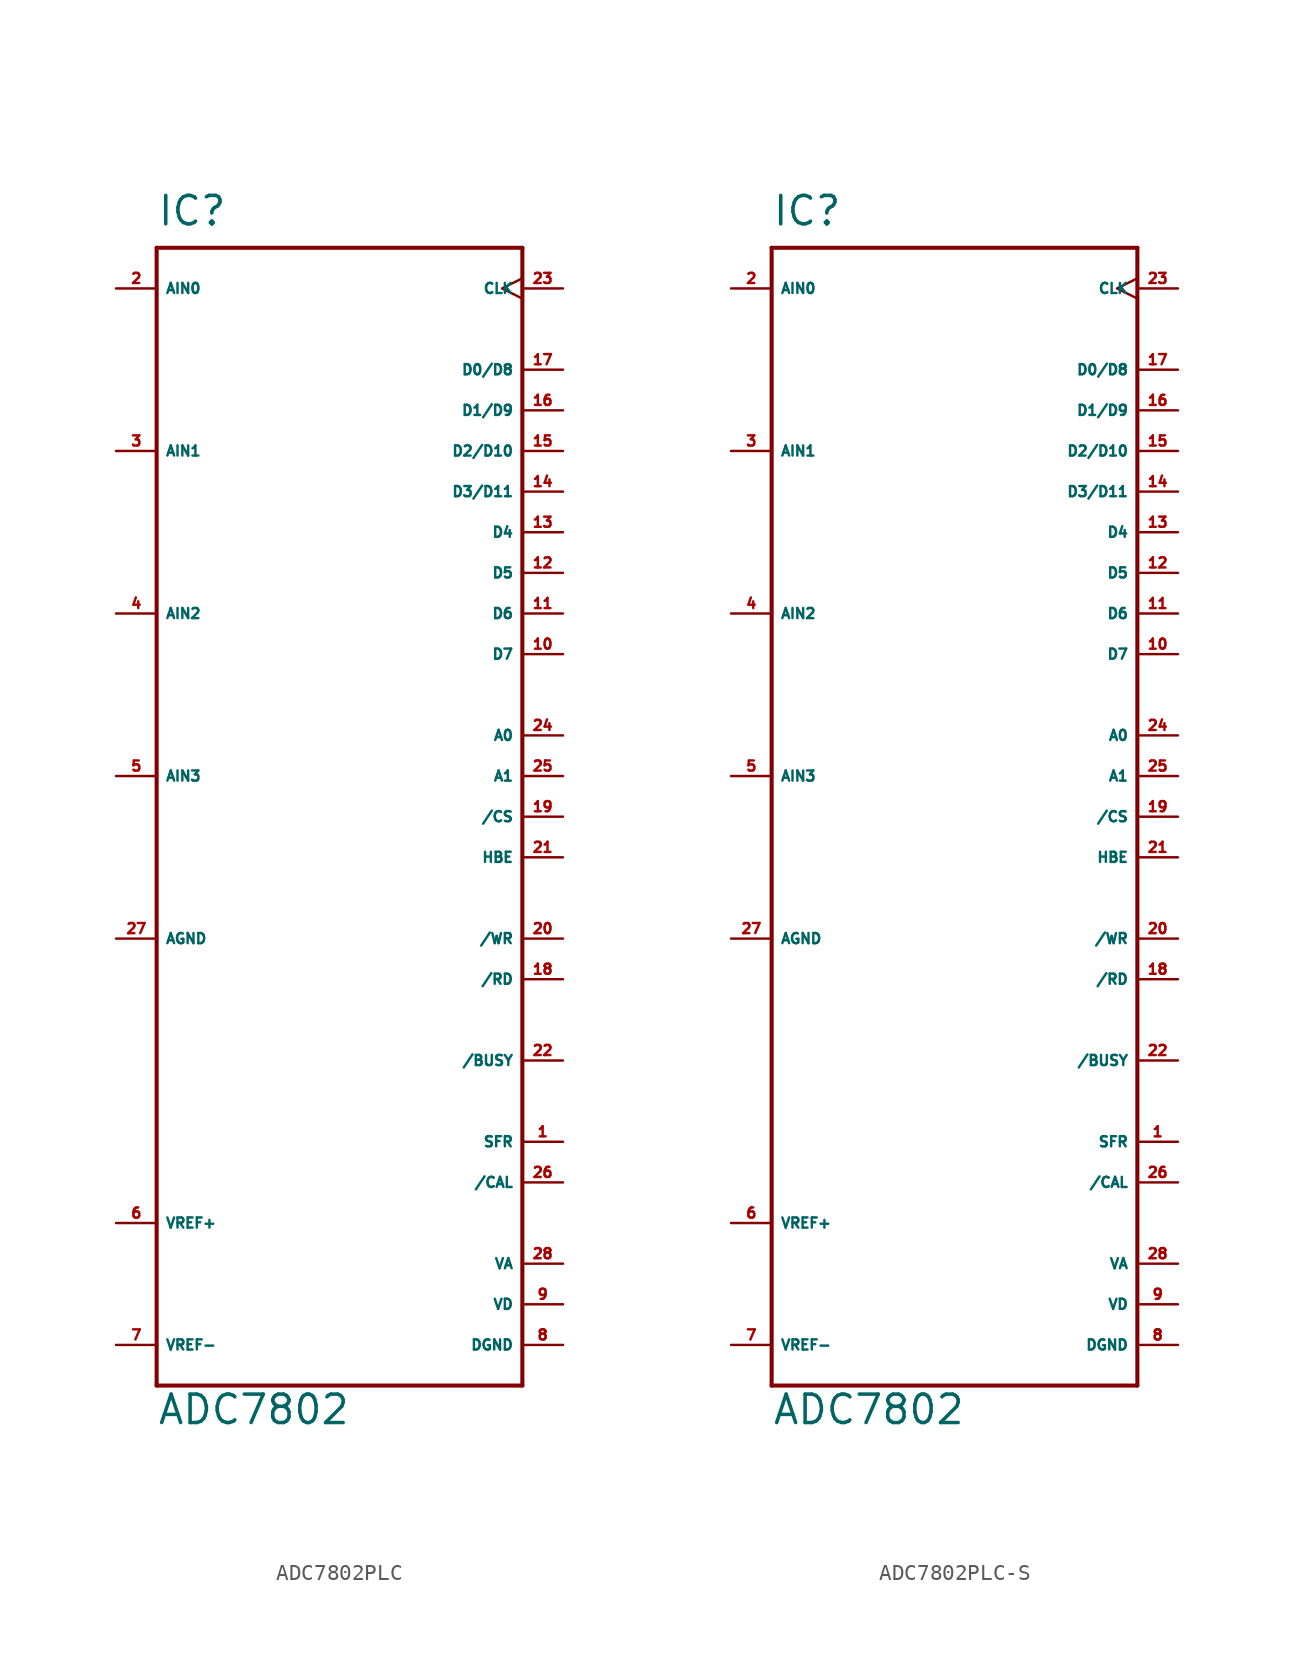
<source format=kicad_sym>
(kicad_symbol_lib
  (version 20220914)
  (generator Eagle2Kicad)
  (symbol "ADC7802PLC"
    (property "Reference" "IC"
      (at -12.7 34.29 0)
      (effects (font (size 1.778 1.778) (thickness 0.22)) (justify left bottom)))
    (property "Value" "ADC7802"
      (at -12.7 -40.64 0)
      (effects (font (size 1.778 1.778) (thickness 0.22)) (justify left bottom)))
    (polyline
      (pts (xy -12.7 -38.1) (xy 10.16 -38.1))
      (stroke (width 0.254) (type default))
      (fill (type none)))
    (polyline
      (pts (xy 10.16 33.02) (xy -12.7 33.02))
      (stroke (width 0.254) (type default))
      (fill (type none)))
    (polyline
      (pts (xy -12.7 33.02) (xy -12.7 -38.1))
      (stroke (width 0.254) (type default))
      (fill (type none)))
    (polyline
      (pts (xy 10.16 -38.1) (xy 10.16 33.02))
      (stroke (width 0.254) (type default))
      (fill (type none)))
    (pin passive line
      (at 12.7 -22.86 180)
      (length 2.54)
      (name "SFR" (effects (font (size 0.635 0.635) (thickness 0.08)) (justify left bottom)))
      (number "1" (effects (font (size 0.635 0.635) (thickness 0.08)) (justify left bottom))))
    (pin input line
      (at -15.24 30.48 0)
      (length 2.54)
      (name "AIN0" (effects (font (size 0.635 0.635) (thickness 0.08)) (justify left bottom)))
      (number "2" (effects (font (size 0.635 0.635) (thickness 0.08)) (justify left bottom))))
    (pin input line
      (at -15.24 20.32 0)
      (length 2.54)
      (name "AIN1" (effects (font (size 0.635 0.635) (thickness 0.08)) (justify left bottom)))
      (number "3" (effects (font (size 0.635 0.635) (thickness 0.08)) (justify left bottom))))
    (pin input line
      (at -15.24 10.16 0)
      (length 2.54)
      (name "AIN2" (effects (font (size 0.635 0.635) (thickness 0.08)) (justify left bottom)))
      (number "4" (effects (font (size 0.635 0.635) (thickness 0.08)) (justify left bottom))))
    (pin input line
      (at -15.24 0 0)
      (length 2.54)
      (name "AIN3" (effects (font (size 0.635 0.635) (thickness 0.08)) (justify left bottom)))
      (number "5" (effects (font (size 0.635 0.635) (thickness 0.08)) (justify left bottom))))
    (pin input line
      (at -15.24 -27.94 0)
      (length 2.54)
      (name "VREF+" (effects (font (size 0.635 0.635) (thickness 0.08)) (justify left bottom)))
      (number "6" (effects (font (size 0.635 0.635) (thickness 0.08)) (justify left bottom))))
    (pin input line
      (at -15.24 -35.56 0)
      (length 2.54)
      (name "VREF-" (effects (font (size 0.635 0.635) (thickness 0.08)) (justify left bottom)))
      (number "7" (effects (font (size 0.635 0.635) (thickness 0.08)) (justify left bottom))))
    (pin passive line
      (at 12.7 -35.56 180)
      (length 2.54)
      (name "DGND" (effects (font (size 0.635 0.635) (thickness 0.08)) (justify left bottom)))
      (number "8" (effects (font (size 0.635 0.635) (thickness 0.08)) (justify left bottom))))
    (pin passive line
      (at 12.7 -30.48 180)
      (length 2.54)
      (name "VA" (effects (font (size 0.635 0.635) (thickness 0.08)) (justify left bottom)))
      (number "28" (effects (font (size 0.635 0.635) (thickness 0.08)) (justify left bottom))))
    (pin tri_state line
      (at 12.7 7.62 180)
      (length 2.54)
      (name "D7" (effects (font (size 0.635 0.635) (thickness 0.08)) (justify left bottom)))
      (number "10" (effects (font (size 0.635 0.635) (thickness 0.08)) (justify left bottom))))
    (pin tri_state line
      (at 12.7 10.16 180)
      (length 2.54)
      (name "D6" (effects (font (size 0.635 0.635) (thickness 0.08)) (justify left bottom)))
      (number "11" (effects (font (size 0.635 0.635) (thickness 0.08)) (justify left bottom))))
    (pin tri_state line
      (at 12.7 12.7 180)
      (length 2.54)
      (name "D5" (effects (font (size 0.635 0.635) (thickness 0.08)) (justify left bottom)))
      (number "12" (effects (font (size 0.635 0.635) (thickness 0.08)) (justify left bottom))))
    (pin tri_state line
      (at 12.7 15.24 180)
      (length 2.54)
      (name "D4" (effects (font (size 0.635 0.635) (thickness 0.08)) (justify left bottom)))
      (number "13" (effects (font (size 0.635 0.635) (thickness 0.08)) (justify left bottom))))
    (pin tri_state line
      (at 12.7 17.78 180)
      (length 2.54)
      (name "D3/D11" (effects (font (size 0.635 0.635) (thickness 0.08)) (justify left bottom)))
      (number "14" (effects (font (size 0.635 0.635) (thickness 0.08)) (justify left bottom))))
    (pin tri_state line
      (at 12.7 20.32 180)
      (length 2.54)
      (name "D2/D10" (effects (font (size 0.635 0.635) (thickness 0.08)) (justify left bottom)))
      (number "15" (effects (font (size 0.635 0.635) (thickness 0.08)) (justify left bottom))))
    (pin tri_state line
      (at 12.7 22.86 180)
      (length 2.54)
      (name "D1/D9" (effects (font (size 0.635 0.635) (thickness 0.08)) (justify left bottom)))
      (number "16" (effects (font (size 0.635 0.635) (thickness 0.08)) (justify left bottom))))
    (pin tri_state line
      (at 12.7 25.4 180)
      (length 2.54)
      (name "D0/D8" (effects (font (size 0.635 0.635) (thickness 0.08)) (justify left bottom)))
      (number "17" (effects (font (size 0.635 0.635) (thickness 0.08)) (justify left bottom))))
    (pin input line
      (at 12.7 -12.7 180)
      (length 2.54)
      (name "/RD" (effects (font (size 0.635 0.635) (thickness 0.08)) (justify left bottom)))
      (number "18" (effects (font (size 0.635 0.635) (thickness 0.08)) (justify left bottom))))
    (pin input line
      (at 12.7 -2.54 180)
      (length 2.54)
      (name "/CS" (effects (font (size 0.635 0.635) (thickness 0.08)) (justify left bottom)))
      (number "19" (effects (font (size 0.635 0.635) (thickness 0.08)) (justify left bottom))))
    (pin input line
      (at 12.7 -10.16 180)
      (length 2.54)
      (name "/WR" (effects (font (size 0.635 0.635) (thickness 0.08)) (justify left bottom)))
      (number "20" (effects (font (size 0.635 0.635) (thickness 0.08)) (justify left bottom))))
    (pin input line
      (at 12.7 -5.08 180)
      (length 2.54)
      (name "HBE" (effects (font (size 0.635 0.635) (thickness 0.08)) (justify left bottom)))
      (number "21" (effects (font (size 0.635 0.635) (thickness 0.08)) (justify left bottom))))
    (pin output line
      (at 12.7 -17.78 180)
      (length 2.54)
      (name "/BUSY" (effects (font (size 0.635 0.635) (thickness 0.08)) (justify left bottom)))
      (number "22" (effects (font (size 0.635 0.635) (thickness 0.08)) (justify left bottom))))
    (pin input clock
      (at 12.7 30.48 180)
      (length 2.54)
      (name "CLK" (effects (font (size 0.635 0.635) (thickness 0.08)) (justify left bottom)))
      (number "23" (effects (font (size 0.635 0.635) (thickness 0.08)) (justify left bottom))))
    (pin input line
      (at 12.7 2.54 180)
      (length 2.54)
      (name "A0" (effects (font (size 0.635 0.635) (thickness 0.08)) (justify left bottom)))
      (number "24" (effects (font (size 0.635 0.635) (thickness 0.08)) (justify left bottom))))
    (pin input line
      (at 12.7 0 180)
      (length 2.54)
      (name "A1" (effects (font (size 0.635 0.635) (thickness 0.08)) (justify left bottom)))
      (number "25" (effects (font (size 0.635 0.635) (thickness 0.08)) (justify left bottom))))
    (pin input line
      (at 12.7 -25.4 180)
      (length 2.54)
      (name "/CAL" (effects (font (size 0.635 0.635) (thickness 0.08)) (justify left bottom)))
      (number "26" (effects (font (size 0.635 0.635) (thickness 0.08)) (justify left bottom))))
    (pin passive line
      (at -15.24 -10.16 0)
      (length 2.54)
      (name "AGND" (effects (font (size 0.635 0.635) (thickness 0.08)) (justify left bottom)))
      (number "27" (effects (font (size 0.635 0.635) (thickness 0.08)) (justify left bottom))))
    (pin passive line
      (at 12.7 -33.02 180)
      (length 2.54)
      (name "VD" (effects (font (size 0.635 0.635) (thickness 0.08)) (justify left bottom)))
      (number "9" (effects (font (size 0.635 0.635) (thickness 0.08)) (justify left bottom)))))
  (symbol "ADC7802PLC-S"
    (property "Reference" "IC"
      (at -12.7 34.29 0)
      (effects (font (size 1.778 1.778) (thickness 0.22)) (justify left bottom)))
    (property "Value" "ADC7802"
      (at -12.7 -40.64 0)
      (effects (font (size 1.778 1.778) (thickness 0.22)) (justify left bottom)))
    (polyline
      (pts (xy -12.7 -38.1) (xy 10.16 -38.1))
      (stroke (width 0.254) (type default))
      (fill (type none)))
    (polyline
      (pts (xy 10.16 33.02) (xy -12.7 33.02))
      (stroke (width 0.254) (type default))
      (fill (type none)))
    (polyline
      (pts (xy -12.7 33.02) (xy -12.7 -38.1))
      (stroke (width 0.254) (type default))
      (fill (type none)))
    (polyline
      (pts (xy 10.16 -38.1) (xy 10.16 33.02))
      (stroke (width 0.254) (type default))
      (fill (type none)))
    (pin passive line
      (at 12.7 -22.86 180)
      (length 2.54)
      (name "SFR" (effects (font (size 0.635 0.635) (thickness 0.08)) (justify left bottom)))
      (number "1" (effects (font (size 0.635 0.635) (thickness 0.08)) (justify left bottom))))
    (pin input line
      (at -15.24 30.48 0)
      (length 2.54)
      (name "AIN0" (effects (font (size 0.635 0.635) (thickness 0.08)) (justify left bottom)))
      (number "2" (effects (font (size 0.635 0.635) (thickness 0.08)) (justify left bottom))))
    (pin input line
      (at -15.24 20.32 0)
      (length 2.54)
      (name "AIN1" (effects (font (size 0.635 0.635) (thickness 0.08)) (justify left bottom)))
      (number "3" (effects (font (size 0.635 0.635) (thickness 0.08)) (justify left bottom))))
    (pin input line
      (at -15.24 10.16 0)
      (length 2.54)
      (name "AIN2" (effects (font (size 0.635 0.635) (thickness 0.08)) (justify left bottom)))
      (number "4" (effects (font (size 0.635 0.635) (thickness 0.08)) (justify left bottom))))
    (pin input line
      (at -15.24 0 0)
      (length 2.54)
      (name "AIN3" (effects (font (size 0.635 0.635) (thickness 0.08)) (justify left bottom)))
      (number "5" (effects (font (size 0.635 0.635) (thickness 0.08)) (justify left bottom))))
    (pin input line
      (at -15.24 -27.94 0)
      (length 2.54)
      (name "VREF+" (effects (font (size 0.635 0.635) (thickness 0.08)) (justify left bottom)))
      (number "6" (effects (font (size 0.635 0.635) (thickness 0.08)) (justify left bottom))))
    (pin input line
      (at -15.24 -35.56 0)
      (length 2.54)
      (name "VREF-" (effects (font (size 0.635 0.635) (thickness 0.08)) (justify left bottom)))
      (number "7" (effects (font (size 0.635 0.635) (thickness 0.08)) (justify left bottom))))
    (pin passive line
      (at 12.7 -35.56 180)
      (length 2.54)
      (name "DGND" (effects (font (size 0.635 0.635) (thickness 0.08)) (justify left bottom)))
      (number "8" (effects (font (size 0.635 0.635) (thickness 0.08)) (justify left bottom))))
    (pin passive line
      (at 12.7 -30.48 180)
      (length 2.54)
      (name "VA" (effects (font (size 0.635 0.635) (thickness 0.08)) (justify left bottom)))
      (number "28" (effects (font (size 0.635 0.635) (thickness 0.08)) (justify left bottom))))
    (pin tri_state line
      (at 12.7 7.62 180)
      (length 2.54)
      (name "D7" (effects (font (size 0.635 0.635) (thickness 0.08)) (justify left bottom)))
      (number "10" (effects (font (size 0.635 0.635) (thickness 0.08)) (justify left bottom))))
    (pin tri_state line
      (at 12.7 10.16 180)
      (length 2.54)
      (name "D6" (effects (font (size 0.635 0.635) (thickness 0.08)) (justify left bottom)))
      (number "11" (effects (font (size 0.635 0.635) (thickness 0.08)) (justify left bottom))))
    (pin tri_state line
      (at 12.7 12.7 180)
      (length 2.54)
      (name "D5" (effects (font (size 0.635 0.635) (thickness 0.08)) (justify left bottom)))
      (number "12" (effects (font (size 0.635 0.635) (thickness 0.08)) (justify left bottom))))
    (pin tri_state line
      (at 12.7 15.24 180)
      (length 2.54)
      (name "D4" (effects (font (size 0.635 0.635) (thickness 0.08)) (justify left bottom)))
      (number "13" (effects (font (size 0.635 0.635) (thickness 0.08)) (justify left bottom))))
    (pin tri_state line
      (at 12.7 17.78 180)
      (length 2.54)
      (name "D3/D11" (effects (font (size 0.635 0.635) (thickness 0.08)) (justify left bottom)))
      (number "14" (effects (font (size 0.635 0.635) (thickness 0.08)) (justify left bottom))))
    (pin tri_state line
      (at 12.7 20.32 180)
      (length 2.54)
      (name "D2/D10" (effects (font (size 0.635 0.635) (thickness 0.08)) (justify left bottom)))
      (number "15" (effects (font (size 0.635 0.635) (thickness 0.08)) (justify left bottom))))
    (pin tri_state line
      (at 12.7 22.86 180)
      (length 2.54)
      (name "D1/D9" (effects (font (size 0.635 0.635) (thickness 0.08)) (justify left bottom)))
      (number "16" (effects (font (size 0.635 0.635) (thickness 0.08)) (justify left bottom))))
    (pin tri_state line
      (at 12.7 25.4 180)
      (length 2.54)
      (name "D0/D8" (effects (font (size 0.635 0.635) (thickness 0.08)) (justify left bottom)))
      (number "17" (effects (font (size 0.635 0.635) (thickness 0.08)) (justify left bottom))))
    (pin input line
      (at 12.7 -12.7 180)
      (length 2.54)
      (name "/RD" (effects (font (size 0.635 0.635) (thickness 0.08)) (justify left bottom)))
      (number "18" (effects (font (size 0.635 0.635) (thickness 0.08)) (justify left bottom))))
    (pin input line
      (at 12.7 -2.54 180)
      (length 2.54)
      (name "/CS" (effects (font (size 0.635 0.635) (thickness 0.08)) (justify left bottom)))
      (number "19" (effects (font (size 0.635 0.635) (thickness 0.08)) (justify left bottom))))
    (pin input line
      (at 12.7 -10.16 180)
      (length 2.54)
      (name "/WR" (effects (font (size 0.635 0.635) (thickness 0.08)) (justify left bottom)))
      (number "20" (effects (font (size 0.635 0.635) (thickness 0.08)) (justify left bottom))))
    (pin input line
      (at 12.7 -5.08 180)
      (length 2.54)
      (name "HBE" (effects (font (size 0.635 0.635) (thickness 0.08)) (justify left bottom)))
      (number "21" (effects (font (size 0.635 0.635) (thickness 0.08)) (justify left bottom))))
    (pin output line
      (at 12.7 -17.78 180)
      (length 2.54)
      (name "/BUSY" (effects (font (size 0.635 0.635) (thickness 0.08)) (justify left bottom)))
      (number "22" (effects (font (size 0.635 0.635) (thickness 0.08)) (justify left bottom))))
    (pin input clock
      (at 12.7 30.48 180)
      (length 2.54)
      (name "CLK" (effects (font (size 0.635 0.635) (thickness 0.08)) (justify left bottom)))
      (number "23" (effects (font (size 0.635 0.635) (thickness 0.08)) (justify left bottom))))
    (pin input line
      (at 12.7 2.54 180)
      (length 2.54)
      (name "A0" (effects (font (size 0.635 0.635) (thickness 0.08)) (justify left bottom)))
      (number "24" (effects (font (size 0.635 0.635) (thickness 0.08)) (justify left bottom))))
    (pin input line
      (at 12.7 0 180)
      (length 2.54)
      (name "A1" (effects (font (size 0.635 0.635) (thickness 0.08)) (justify left bottom)))
      (number "25" (effects (font (size 0.635 0.635) (thickness 0.08)) (justify left bottom))))
    (pin input line
      (at 12.7 -25.4 180)
      (length 2.54)
      (name "/CAL" (effects (font (size 0.635 0.635) (thickness 0.08)) (justify left bottom)))
      (number "26" (effects (font (size 0.635 0.635) (thickness 0.08)) (justify left bottom))))
    (pin passive line
      (at -15.24 -10.16 0)
      (length 2.54)
      (name "AGND" (effects (font (size 0.635 0.635) (thickness 0.08)) (justify left bottom)))
      (number "27" (effects (font (size 0.635 0.635) (thickness 0.08)) (justify left bottom))))
    (pin passive line
      (at 12.7 -33.02 180)
      (length 2.54)
      (name "VD" (effects (font (size 0.635 0.635) (thickness 0.08)) (justify left bottom)))
      (number "9" (effects (font (size 0.635 0.635) (thickness 0.08)) (justify left bottom))))))
</source>
